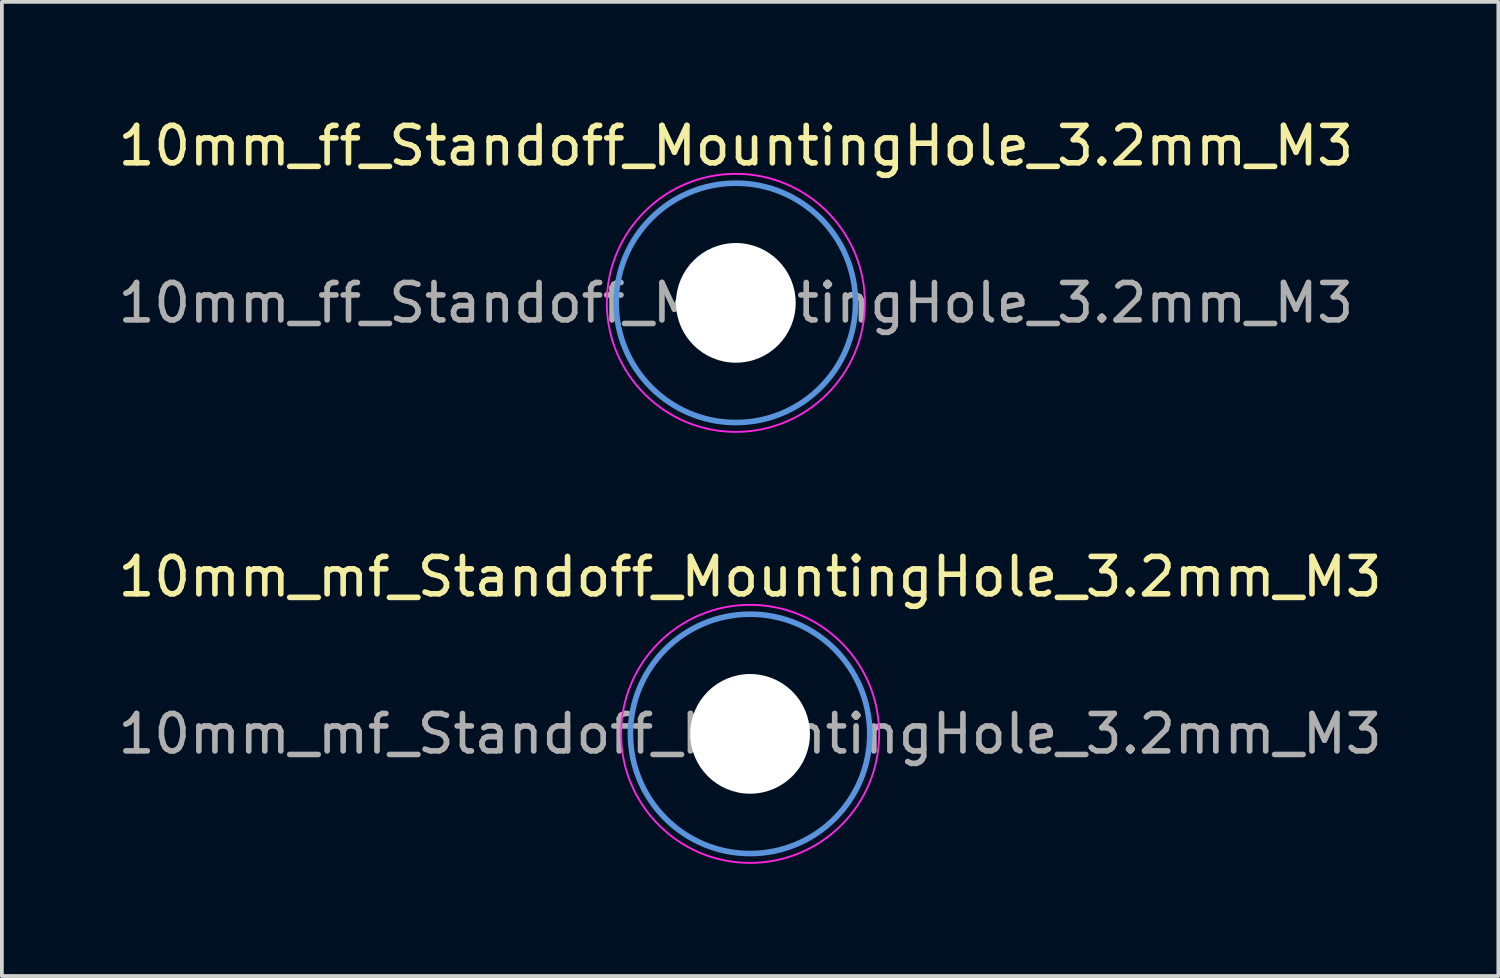
<source format=kicad_pcb>
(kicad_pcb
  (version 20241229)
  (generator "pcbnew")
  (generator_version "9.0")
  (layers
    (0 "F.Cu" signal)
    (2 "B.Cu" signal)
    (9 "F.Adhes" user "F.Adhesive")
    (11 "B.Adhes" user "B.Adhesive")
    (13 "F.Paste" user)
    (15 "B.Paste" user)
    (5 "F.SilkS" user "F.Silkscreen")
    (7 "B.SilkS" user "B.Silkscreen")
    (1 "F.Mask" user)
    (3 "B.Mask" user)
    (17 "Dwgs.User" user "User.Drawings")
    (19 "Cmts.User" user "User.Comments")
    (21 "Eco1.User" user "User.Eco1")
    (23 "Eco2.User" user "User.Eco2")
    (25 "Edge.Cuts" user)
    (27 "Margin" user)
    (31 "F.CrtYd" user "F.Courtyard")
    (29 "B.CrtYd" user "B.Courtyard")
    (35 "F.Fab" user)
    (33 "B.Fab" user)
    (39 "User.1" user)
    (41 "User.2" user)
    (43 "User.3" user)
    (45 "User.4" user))
  (footprint "10mm_ff_Standoff_MountingHole_3.2mm_M3"
    (layer "F.Cu")
    (at 16.625 5.048)
    (property "Reference" "10mm_ff_Standoff_MountingHole_3.2mm_M3" (at 0 -4.2 0) (layer "F.SilkS") (effects (font (size 1 1) (thickness 0.15))))
    (attr exclude_from_pos_files exclude_from_bom)
    (fp_circle (center 0 0) (end 3.2 0) (stroke (width 0.15) (type solid)) (fill no) (layer "Cmts.User"))
    (fp_circle (center 0 0) (end 3.45 0) (stroke (width 0.05) (type solid)) (fill no) (layer "F.CrtYd"))
    (fp_text user "${REFERENCE}" (at 0 0 0) (layer "F.Fab") (effects (font (size 1 1) (thickness 0.15))))
    (pad "" np_thru_hole circle (at 0 0) (size 3.2 3.2) (drill 3.2) (layers "*.Cu" "*.Mask")))
  (footprint "10mm_mf_Standoff_MountingHole_3.2mm_M3"
    (layer "F.Cu")
    (at 17.006 16.572)
    (property "Reference" "10mm_mf_Standoff_MountingHole_3.2mm_M3" (at 0 -4.2 0) (layer "F.SilkS") (effects (font (size 1 1) (thickness 0.15))))
    (attr exclude_from_pos_files exclude_from_bom)
    (fp_circle (center 0 0) (end 3.2 0) (stroke (width 0.15) (type solid)) (fill no) (layer "Cmts.User"))
    (fp_circle (center 0 0) (end 3.45 0) (stroke (width 0.05) (type solid)) (fill no) (layer "F.CrtYd"))
    (fp_text user "${REFERENCE}" (at 0 0 0) (layer "F.Fab") (effects (font (size 1 1) (thickness 0.15))))
    (pad "" np_thru_hole circle (at 0 0) (size 3.2 3.2) (drill 3.2) (layers "*.Cu" "*.Mask")))
  (gr_rect
    (start -3 -3)
    (end 37.012 23.047)
    (stroke (width 0.1) (type default))
    (fill no)
    (layer "Edge.Cuts")))
</source>
